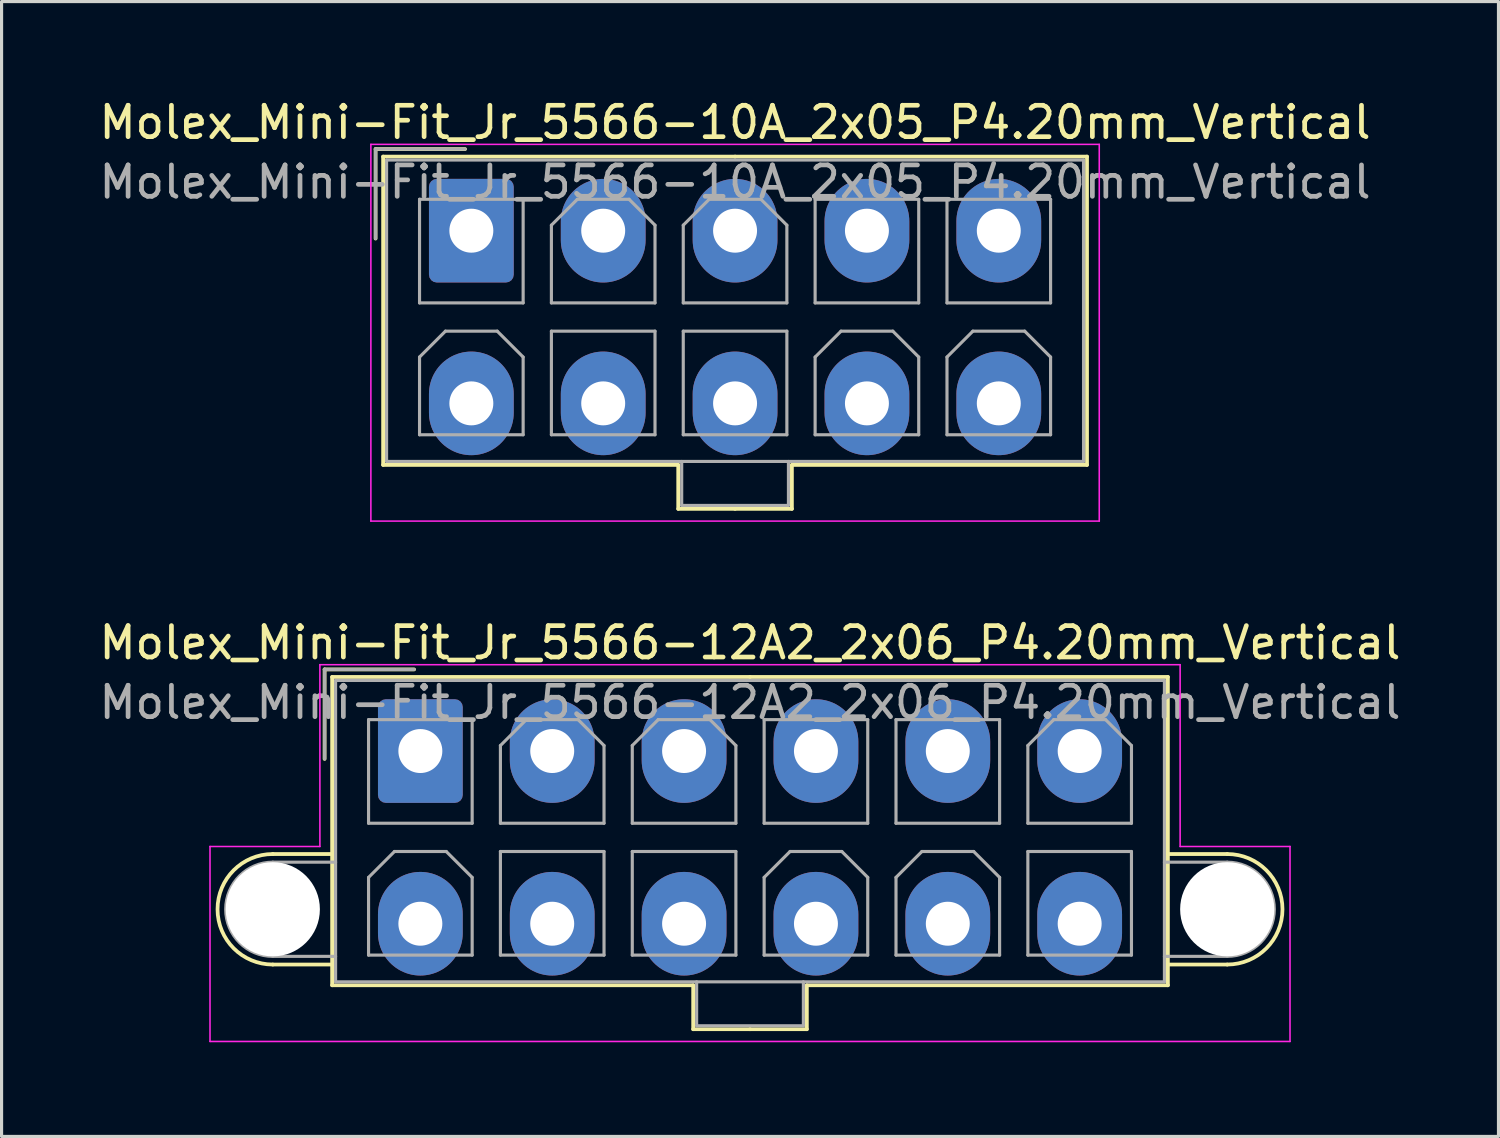
<source format=kicad_pcb>
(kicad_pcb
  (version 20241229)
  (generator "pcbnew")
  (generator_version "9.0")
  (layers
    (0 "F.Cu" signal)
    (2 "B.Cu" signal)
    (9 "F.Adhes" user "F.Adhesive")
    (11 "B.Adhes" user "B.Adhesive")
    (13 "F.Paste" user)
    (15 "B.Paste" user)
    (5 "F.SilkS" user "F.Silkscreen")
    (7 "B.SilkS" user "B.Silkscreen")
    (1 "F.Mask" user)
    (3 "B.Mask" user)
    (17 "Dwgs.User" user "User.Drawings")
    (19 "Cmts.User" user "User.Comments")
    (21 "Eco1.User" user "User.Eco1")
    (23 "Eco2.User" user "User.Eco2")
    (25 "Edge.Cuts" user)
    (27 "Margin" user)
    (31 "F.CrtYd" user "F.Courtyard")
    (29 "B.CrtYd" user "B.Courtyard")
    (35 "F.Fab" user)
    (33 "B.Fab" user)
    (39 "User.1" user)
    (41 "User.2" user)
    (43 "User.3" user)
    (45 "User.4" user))
  (footprint "Molex_Mini-Fit_Jr_5566-12A2_2x06_P4.20mm_Vertical"
    (layer "F.Cu")
    (at 10.339 20.872)
    (property "Reference" "Molex_Mini-Fit_Jr_5566-12A2_2x06_P4.20mm_Vertical" (at 10.5 -3.45 0) (layer "F.SilkS") (effects (font (size 1 1) (thickness 0.15))))
    (attr through_hole)
    (fp_line (start -4.7 3.28) (end -2.81 3.28) (stroke (width 0.12) (type solid)) (layer "F.SilkS"))
    (fp_line (start -4.7 6.8) (end -2.81 6.8) (stroke (width 0.12) (type solid)) (layer "F.SilkS"))
    (fp_line (start -3.05 -2.6) (end -3.05 0.25) (stroke (width 0.12) (type solid)) (layer "F.SilkS"))
    (fp_line (start -2.81 -2.36) (end -2.81 7.46) (stroke (width 0.12) (type solid)) (layer "F.SilkS"))
    (fp_line (start -2.81 7.46) (end 8.69 7.46) (stroke (width 0.12) (type solid)) (layer "F.SilkS"))
    (fp_line (start -0.2 -2.6) (end -3.05 -2.6) (stroke (width 0.12) (type solid)) (layer "F.SilkS"))
    (fp_line (start 8.69 7.46) (end 8.69 8.86) (stroke (width 0.12) (type solid)) (layer "F.SilkS"))
    (fp_line (start 8.69 8.86) (end 10.5 8.86) (stroke (width 0.12) (type solid)) (layer "F.SilkS"))
    (fp_line (start 10.5 -2.36) (end -2.81 -2.36) (stroke (width 0.12) (type solid)) (layer "F.SilkS"))
    (fp_line (start 10.5 -2.36) (end 23.81 -2.36) (stroke (width 0.12) (type solid)) (layer "F.SilkS"))
    (fp_line (start 12.31 7.46) (end 12.31 8.86) (stroke (width 0.12) (type solid)) (layer "F.SilkS"))
    (fp_line (start 12.31 8.86) (end 10.5 8.86) (stroke (width 0.12) (type solid)) (layer "F.SilkS"))
    (fp_line (start 23.81 -2.36) (end 23.81 7.46) (stroke (width 0.12) (type solid)) (layer "F.SilkS"))
    (fp_line (start 23.81 7.46) (end 12.31 7.46) (stroke (width 0.12) (type solid)) (layer "F.SilkS"))
    (fp_line (start 25.7 3.28) (end 23.81 3.28) (stroke (width 0.12) (type solid)) (layer "F.SilkS"))
    (fp_line (start 25.7 6.8) (end 23.81 6.8) (stroke (width 0.12) (type solid)) (layer "F.SilkS"))
    (fp_arc (start -4.7 6.8) (mid -6.46 5.04) (end -4.7 3.28) (stroke (width 0.12) (type solid)) (layer "F.SilkS"))
    (fp_arc (start 25.7 3.28) (mid 27.46 5.04) (end 25.7 6.8) (stroke (width 0.12) (type solid)) (layer "F.SilkS"))
    (fp_line (start -6.7 3.04) (end -6.7 9.25) (stroke (width 0.05) (type solid)) (layer "F.CrtYd"))
    (fp_line (start -6.7 9.25) (end 27.7 9.25) (stroke (width 0.05) (type solid)) (layer "F.CrtYd"))
    (fp_line (start -3.2 -2.75) (end -3.2 3.04) (stroke (width 0.05) (type solid)) (layer "F.CrtYd"))
    (fp_line (start -3.2 3.04) (end -6.7 3.04) (stroke (width 0.05) (type solid)) (layer "F.CrtYd"))
    (fp_line (start 24.2 -2.75) (end -3.2 -2.75) (stroke (width 0.05) (type solid)) (layer "F.CrtYd"))
    (fp_line (start 24.2 3.04) (end 24.2 -2.75) (stroke (width 0.05) (type solid)) (layer "F.CrtYd"))
    (fp_line (start 27.7 3.04) (end 24.2 3.04) (stroke (width 0.05) (type solid)) (layer "F.CrtYd"))
    (fp_line (start 27.7 9.25) (end 27.7 3.04) (stroke (width 0.05) (type solid)) (layer "F.CrtYd"))
    (fp_line (start -4.7 3.54) (end -2.7 3.54) (stroke (width 0.1) (type solid)) (layer "F.Fab"))
    (fp_line (start -4.7 6.54) (end -2.7 6.54) (stroke (width 0.1) (type solid)) (layer "F.Fab"))
    (fp_line (start -3.05 -2.6) (end -3.05 0.25) (stroke (width 0.1) (type solid)) (layer "F.Fab"))
    (fp_line (start -2.7 -2.25) (end -2.7 7.35) (stroke (width 0.1) (type solid)) (layer "F.Fab"))
    (fp_line (start -2.7 7.35) (end 23.7 7.35) (stroke (width 0.1) (type solid)) (layer "F.Fab"))
    (fp_line (start -1.65 -1) (end -1.65 2.3) (stroke (width 0.1) (type solid)) (layer "F.Fab"))
    (fp_line (start -1.65 2.3) (end 1.65 2.3) (stroke (width 0.1) (type solid)) (layer "F.Fab"))
    (fp_line (start -1.65 4.025) (end -0.825 3.2) (stroke (width 0.1) (type solid)) (layer "F.Fab"))
    (fp_line (start -1.65 6.5) (end -1.65 4.025) (stroke (width 0.1) (type solid)) (layer "F.Fab"))
    (fp_line (start -0.825 3.2) (end 0.825 3.2) (stroke (width 0.1) (type solid)) (layer "F.Fab"))
    (fp_line (start -0.2 -2.6) (end -3.05 -2.6) (stroke (width 0.1) (type solid)) (layer "F.Fab"))
    (fp_line (start 0.825 3.2) (end 1.65 4.025) (stroke (width 0.1) (type solid)) (layer "F.Fab"))
    (fp_line (start 1.65 -1) (end -1.65 -1) (stroke (width 0.1) (type solid)) (layer "F.Fab"))
    (fp_line (start 1.65 2.3) (end 1.65 -1) (stroke (width 0.1) (type solid)) (layer "F.Fab"))
    (fp_line (start 1.65 4.025) (end 1.65 6.5) (stroke (width 0.1) (type solid)) (layer "F.Fab"))
    (fp_line (start 1.65 6.5) (end -1.65 6.5) (stroke (width 0.1) (type solid)) (layer "F.Fab"))
    (fp_line (start 2.55 -0.175) (end 3.375 -1) (stroke (width 0.1) (type solid)) (layer "F.Fab"))
    (fp_line (start 2.55 2.3) (end 2.55 -0.175) (stroke (width 0.1) (type solid)) (layer "F.Fab"))
    (fp_line (start 2.55 3.2) (end 2.55 6.5) (stroke (width 0.1) (type solid)) (layer "F.Fab"))
    (fp_line (start 2.55 6.5) (end 5.85 6.5) (stroke (width 0.1) (type solid)) (layer "F.Fab"))
    (fp_line (start 3.375 -1) (end 5.025 -1) (stroke (width 0.1) (type solid)) (layer "F.Fab"))
    (fp_line (start 5.025 -1) (end 5.85 -0.175) (stroke (width 0.1) (type solid)) (layer "F.Fab"))
    (fp_line (start 5.85 -0.175) (end 5.85 2.3) (stroke (width 0.1) (type solid)) (layer "F.Fab"))
    (fp_line (start 5.85 2.3) (end 2.55 2.3) (stroke (width 0.1) (type solid)) (layer "F.Fab"))
    (fp_line (start 5.85 3.2) (end 2.55 3.2) (stroke (width 0.1) (type solid)) (layer "F.Fab"))
    (fp_line (start 5.85 6.5) (end 5.85 3.2) (stroke (width 0.1) (type solid)) (layer "F.Fab"))
    (fp_line (start 6.75 -0.175) (end 7.575 -1) (stroke (width 0.1) (type solid)) (layer "F.Fab"))
    (fp_line (start 6.75 2.3) (end 6.75 -0.175) (stroke (width 0.1) (type solid)) (layer "F.Fab"))
    (fp_line (start 6.75 3.2) (end 6.75 6.5) (stroke (width 0.1) (type solid)) (layer "F.Fab"))
    (fp_line (start 6.75 6.5) (end 10.05 6.5) (stroke (width 0.1) (type solid)) (layer "F.Fab"))
    (fp_line (start 7.575 -1) (end 9.225 -1) (stroke (width 0.1) (type solid)) (layer "F.Fab"))
    (fp_line (start 8.8 7.35) (end 8.8 8.75) (stroke (width 0.1) (type solid)) (layer "F.Fab"))
    (fp_line (start 8.8 8.75) (end 12.2 8.75) (stroke (width 0.1) (type solid)) (layer "F.Fab"))
    (fp_line (start 9.225 -1) (end 10.05 -0.175) (stroke (width 0.1) (type solid)) (layer "F.Fab"))
    (fp_line (start 10.05 -0.175) (end 10.05 2.3) (stroke (width 0.1) (type solid)) (layer "F.Fab"))
    (fp_line (start 10.05 2.3) (end 6.75 2.3) (stroke (width 0.1) (type solid)) (layer "F.Fab"))
    (fp_line (start 10.05 3.2) (end 6.75 3.2) (stroke (width 0.1) (type solid)) (layer "F.Fab"))
    (fp_line (start 10.05 6.5) (end 10.05 3.2) (stroke (width 0.1) (type solid)) (layer "F.Fab"))
    (fp_line (start 10.95 -1) (end 10.95 2.3) (stroke (width 0.1) (type solid)) (layer "F.Fab"))
    (fp_line (start 10.95 2.3) (end 14.25 2.3) (stroke (width 0.1) (type solid)) (layer "F.Fab"))
    (fp_line (start 10.95 4.025) (end 11.775 3.2) (stroke (width 0.1) (type solid)) (layer "F.Fab"))
    (fp_line (start 10.95 6.5) (end 10.95 4.025) (stroke (width 0.1) (type solid)) (layer "F.Fab"))
    (fp_line (start 11.775 3.2) (end 13.425 3.2) (stroke (width 0.1) (type solid)) (layer "F.Fab"))
    (fp_line (start 12.2 8.75) (end 12.2 7.35) (stroke (width 0.1) (type solid)) (layer "F.Fab"))
    (fp_line (start 13.425 3.2) (end 14.25 4.025) (stroke (width 0.1) (type solid)) (layer "F.Fab"))
    (fp_line (start 14.25 -1) (end 10.95 -1) (stroke (width 0.1) (type solid)) (layer "F.Fab"))
    (fp_line (start 14.25 2.3) (end 14.25 -1) (stroke (width 0.1) (type solid)) (layer "F.Fab"))
    (fp_line (start 14.25 4.025) (end 14.25 6.5) (stroke (width 0.1) (type solid)) (layer "F.Fab"))
    (fp_line (start 14.25 6.5) (end 10.95 6.5) (stroke (width 0.1) (type solid)) (layer "F.Fab"))
    (fp_line (start 15.15 -1) (end 15.15 2.3) (stroke (width 0.1) (type solid)) (layer "F.Fab"))
    (fp_line (start 15.15 2.3) (end 18.45 2.3) (stroke (width 0.1) (type solid)) (layer "F.Fab"))
    (fp_line (start 15.15 4.025) (end 15.975 3.2) (stroke (width 0.1) (type solid)) (layer "F.Fab"))
    (fp_line (start 15.15 6.5) (end 15.15 4.025) (stroke (width 0.1) (type solid)) (layer "F.Fab"))
    (fp_line (start 15.975 3.2) (end 17.625 3.2) (stroke (width 0.1) (type solid)) (layer "F.Fab"))
    (fp_line (start 17.625 3.2) (end 18.45 4.025) (stroke (width 0.1) (type solid)) (layer "F.Fab"))
    (fp_line (start 18.45 -1) (end 15.15 -1) (stroke (width 0.1) (type solid)) (layer "F.Fab"))
    (fp_line (start 18.45 2.3) (end 18.45 -1) (stroke (width 0.1) (type solid)) (layer "F.Fab"))
    (fp_line (start 18.45 4.025) (end 18.45 6.5) (stroke (width 0.1) (type solid)) (layer "F.Fab"))
    (fp_line (start 18.45 6.5) (end 15.15 6.5) (stroke (width 0.1) (type solid)) (layer "F.Fab"))
    (fp_line (start 19.35 -0.175) (end 20.175 -1) (stroke (width 0.1) (type solid)) (layer "F.Fab"))
    (fp_line (start 19.35 2.3) (end 19.35 -0.175) (stroke (width 0.1) (type solid)) (layer "F.Fab"))
    (fp_line (start 19.35 3.2) (end 19.35 6.5) (stroke (width 0.1) (type solid)) (layer "F.Fab"))
    (fp_line (start 19.35 6.5) (end 22.65 6.5) (stroke (width 0.1) (type solid)) (layer "F.Fab"))
    (fp_line (start 20.175 -1) (end 21.825 -1) (stroke (width 0.1) (type solid)) (layer "F.Fab"))
    (fp_line (start 21.825 -1) (end 22.65 -0.175) (stroke (width 0.1) (type solid)) (layer "F.Fab"))
    (fp_line (start 22.65 -0.175) (end 22.65 2.3) (stroke (width 0.1) (type solid)) (layer "F.Fab"))
    (fp_line (start 22.65 2.3) (end 19.35 2.3) (stroke (width 0.1) (type solid)) (layer "F.Fab"))
    (fp_line (start 22.65 3.2) (end 19.35 3.2) (stroke (width 0.1) (type solid)) (layer "F.Fab"))
    (fp_line (start 22.65 6.5) (end 22.65 3.2) (stroke (width 0.1) (type solid)) (layer "F.Fab"))
    (fp_line (start 23.7 -2.25) (end -2.7 -2.25) (stroke (width 0.1) (type solid)) (layer "F.Fab"))
    (fp_line (start 23.7 7.35) (end 23.7 -2.25) (stroke (width 0.1) (type solid)) (layer "F.Fab"))
    (fp_line (start 25.7 3.54) (end 23.7 3.54) (stroke (width 0.1) (type solid)) (layer "F.Fab"))
    (fp_line (start 25.7 6.54) (end 23.7 6.54) (stroke (width 0.1) (type solid)) (layer "F.Fab"))
    (fp_arc (start -4.7 6.54) (mid -6.2 5.04) (end -4.7 3.54) (stroke (width 0.1) (type solid)) (layer "F.Fab"))
    (fp_arc (start 25.7 3.54) (mid 27.2 5.04) (end 25.7 6.54) (stroke (width 0.1) (type solid)) (layer "F.Fab"))
    (fp_text user "${REFERENCE}" (at 10.5 -1.55 0) (layer "F.Fab") (effects (font (size 1 1) (thickness 0.15))))
    (pad "" np_thru_hole circle (at -4.7 5.04) (size 3 3) (drill 3) (layers "*.Cu" "*.Mask"))
    (pad "" np_thru_hole circle (at 25.7 5.04) (size 3 3) (drill 3) (layers "*.Cu" "*.Mask"))
    (pad "1" thru_hole roundrect (at 0 0) (size 2.7 3.3) (drill 1.4) (layers "*.Cu" "*.Mask") (roundrect_rratio 0.093))
    (pad "2" thru_hole oval (at 4.2 0) (size 2.7 3.3) (drill 1.4) (layers "*.Cu" "*.Mask"))
    (pad "3" thru_hole oval (at 8.4 0) (size 2.7 3.3) (drill 1.4) (layers "*.Cu" "*.Mask"))
    (pad "4" thru_hole oval (at 12.6 0) (size 2.7 3.3) (drill 1.4) (layers "*.Cu" "*.Mask"))
    (pad "5" thru_hole oval (at 16.8 0) (size 2.7 3.3) (drill 1.4) (layers "*.Cu" "*.Mask"))
    (pad "6" thru_hole oval (at 21 0) (size 2.7 3.3) (drill 1.4) (layers "*.Cu" "*.Mask"))
    (pad "7" thru_hole oval (at 0 5.5) (size 2.7 3.3) (drill 1.4) (layers "*.Cu" "*.Mask"))
    (pad "8" thru_hole oval (at 4.2 5.5) (size 2.7 3.3) (drill 1.4) (layers "*.Cu" "*.Mask"))
    (pad "9" thru_hole oval (at 8.4 5.5) (size 2.7 3.3) (drill 1.4) (layers "*.Cu" "*.Mask"))
    (pad "10" thru_hole oval (at 12.6 5.5) (size 2.7 3.3) (drill 1.4) (layers "*.Cu" "*.Mask"))
    (pad "11" thru_hole oval (at 16.8 5.5) (size 2.7 3.3) (drill 1.4) (layers "*.Cu" "*.Mask"))
    (pad "12" thru_hole oval (at 21 5.5) (size 2.7 3.3) (drill 1.4) (layers "*.Cu" "*.Mask")))
  (footprint "Molex_Mini-Fit_Jr_5566-10A_2x05_P4.20mm_Vertical"
    (layer "F.Cu")
    (at 11.963 4.298)
    (property "Reference" "Molex_Mini-Fit_Jr_5566-10A_2x05_P4.20mm_Vertical" (at 8.4 -3.45 0) (layer "F.SilkS") (effects (font (size 1 1) (thickness 0.15))))
    (attr through_hole)
    (fp_line (start -3.05 -2.6) (end -3.05 0.25) (stroke (width 0.12) (type solid)) (layer "F.SilkS"))
    (fp_line (start -2.81 -2.36) (end -2.81 7.46) (stroke (width 0.12) (type solid)) (layer "F.SilkS"))
    (fp_line (start -2.81 7.46) (end 6.59 7.46) (stroke (width 0.12) (type solid)) (layer "F.SilkS"))
    (fp_line (start -0.2 -2.6) (end -3.05 -2.6) (stroke (width 0.12) (type solid)) (layer "F.SilkS"))
    (fp_line (start 6.59 7.46) (end 6.59 8.86) (stroke (width 0.12) (type solid)) (layer "F.SilkS"))
    (fp_line (start 6.59 8.86) (end 8.4 8.86) (stroke (width 0.12) (type solid)) (layer "F.SilkS"))
    (fp_line (start 8.4 -2.36) (end -2.81 -2.36) (stroke (width 0.12) (type solid)) (layer "F.SilkS"))
    (fp_line (start 8.4 -2.36) (end 19.61 -2.36) (stroke (width 0.12) (type solid)) (layer "F.SilkS"))
    (fp_line (start 10.21 7.46) (end 10.21 8.86) (stroke (width 0.12) (type solid)) (layer "F.SilkS"))
    (fp_line (start 10.21 8.86) (end 8.4 8.86) (stroke (width 0.12) (type solid)) (layer "F.SilkS"))
    (fp_line (start 19.61 -2.36) (end 19.61 7.46) (stroke (width 0.12) (type solid)) (layer "F.SilkS"))
    (fp_line (start 19.61 7.46) (end 10.21 7.46) (stroke (width 0.12) (type solid)) (layer "F.SilkS"))
    (fp_line (start -3.2 -2.75) (end -3.2 9.25) (stroke (width 0.05) (type solid)) (layer "F.CrtYd"))
    (fp_line (start -3.2 9.25) (end 20 9.25) (stroke (width 0.05) (type solid)) (layer "F.CrtYd"))
    (fp_line (start 20 -2.75) (end -3.2 -2.75) (stroke (width 0.05) (type solid)) (layer "F.CrtYd"))
    (fp_line (start 20 9.25) (end 20 -2.75) (stroke (width 0.05) (type solid)) (layer "F.CrtYd"))
    (fp_line (start -3.05 -2.6) (end -3.05 0.25) (stroke (width 0.1) (type solid)) (layer "F.Fab"))
    (fp_line (start -2.7 -2.25) (end -2.7 7.35) (stroke (width 0.1) (type solid)) (layer "F.Fab"))
    (fp_line (start -2.7 7.35) (end 19.5 7.35) (stroke (width 0.1) (type solid)) (layer "F.Fab"))
    (fp_line (start -1.65 -1) (end -1.65 2.3) (stroke (width 0.1) (type solid)) (layer "F.Fab"))
    (fp_line (start -1.65 2.3) (end 1.65 2.3) (stroke (width 0.1) (type solid)) (layer "F.Fab"))
    (fp_line (start -1.65 4.025) (end -0.825 3.2) (stroke (width 0.1) (type solid)) (layer "F.Fab"))
    (fp_line (start -1.65 6.5) (end -1.65 4.025) (stroke (width 0.1) (type solid)) (layer "F.Fab"))
    (fp_line (start -0.825 3.2) (end 0.825 3.2) (stroke (width 0.1) (type solid)) (layer "F.Fab"))
    (fp_line (start -0.2 -2.6) (end -3.05 -2.6) (stroke (width 0.1) (type solid)) (layer "F.Fab"))
    (fp_line (start 0.825 3.2) (end 1.65 4.025) (stroke (width 0.1) (type solid)) (layer "F.Fab"))
    (fp_line (start 1.65 -1) (end -1.65 -1) (stroke (width 0.1) (type solid)) (layer "F.Fab"))
    (fp_line (start 1.65 2.3) (end 1.65 -1) (stroke (width 0.1) (type solid)) (layer "F.Fab"))
    (fp_line (start 1.65 4.025) (end 1.65 6.5) (stroke (width 0.1) (type solid)) (layer "F.Fab"))
    (fp_line (start 1.65 6.5) (end -1.65 6.5) (stroke (width 0.1) (type solid)) (layer "F.Fab"))
    (fp_line (start 2.55 -0.175) (end 3.375 -1) (stroke (width 0.1) (type solid)) (layer "F.Fab"))
    (fp_line (start 2.55 2.3) (end 2.55 -0.175) (stroke (width 0.1) (type solid)) (layer "F.Fab"))
    (fp_line (start 2.55 3.2) (end 2.55 6.5) (stroke (width 0.1) (type solid)) (layer "F.Fab"))
    (fp_line (start 2.55 6.5) (end 5.85 6.5) (stroke (width 0.1) (type solid)) (layer "F.Fab"))
    (fp_line (start 3.375 -1) (end 5.025 -1) (stroke (width 0.1) (type solid)) (layer "F.Fab"))
    (fp_line (start 5.025 -1) (end 5.85 -0.175) (stroke (width 0.1) (type solid)) (layer "F.Fab"))
    (fp_line (start 5.85 -0.175) (end 5.85 2.3) (stroke (width 0.1) (type solid)) (layer "F.Fab"))
    (fp_line (start 5.85 2.3) (end 2.55 2.3) (stroke (width 0.1) (type solid)) (layer "F.Fab"))
    (fp_line (start 5.85 3.2) (end 2.55 3.2) (stroke (width 0.1) (type solid)) (layer "F.Fab"))
    (fp_line (start 5.85 6.5) (end 5.85 3.2) (stroke (width 0.1) (type solid)) (layer "F.Fab"))
    (fp_line (start 6.7 7.35) (end 6.7 8.75) (stroke (width 0.1) (type solid)) (layer "F.Fab"))
    (fp_line (start 6.7 8.75) (end 10.1 8.75) (stroke (width 0.1) (type solid)) (layer "F.Fab"))
    (fp_line (start 6.75 -0.175) (end 7.575 -1) (stroke (width 0.1) (type solid)) (layer "F.Fab"))
    (fp_line (start 6.75 2.3) (end 6.75 -0.175) (stroke (width 0.1) (type solid)) (layer "F.Fab"))
    (fp_line (start 6.75 3.2) (end 6.75 6.5) (stroke (width 0.1) (type solid)) (layer "F.Fab"))
    (fp_line (start 6.75 6.5) (end 10.05 6.5) (stroke (width 0.1) (type solid)) (layer "F.Fab"))
    (fp_line (start 7.575 -1) (end 9.225 -1) (stroke (width 0.1) (type solid)) (layer "F.Fab"))
    (fp_line (start 9.225 -1) (end 10.05 -0.175) (stroke (width 0.1) (type solid)) (layer "F.Fab"))
    (fp_line (start 10.05 -0.175) (end 10.05 2.3) (stroke (width 0.1) (type solid)) (layer "F.Fab"))
    (fp_line (start 10.05 2.3) (end 6.75 2.3) (stroke (width 0.1) (type solid)) (layer "F.Fab"))
    (fp_line (start 10.05 3.2) (end 6.75 3.2) (stroke (width 0.1) (type solid)) (layer "F.Fab"))
    (fp_line (start 10.05 6.5) (end 10.05 3.2) (stroke (width 0.1) (type solid)) (layer "F.Fab"))
    (fp_line (start 10.1 8.75) (end 10.1 7.35) (stroke (width 0.1) (type solid)) (layer "F.Fab"))
    (fp_line (start 10.95 -1) (end 10.95 2.3) (stroke (width 0.1) (type solid)) (layer "F.Fab"))
    (fp_line (start 10.95 2.3) (end 14.25 2.3) (stroke (width 0.1) (type solid)) (layer "F.Fab"))
    (fp_line (start 10.95 4.025) (end 11.775 3.2) (stroke (width 0.1) (type solid)) (layer "F.Fab"))
    (fp_line (start 10.95 6.5) (end 10.95 4.025) (stroke (width 0.1) (type solid)) (layer "F.Fab"))
    (fp_line (start 11.775 3.2) (end 13.425 3.2) (stroke (width 0.1) (type solid)) (layer "F.Fab"))
    (fp_line (start 13.425 3.2) (end 14.25 4.025) (stroke (width 0.1) (type solid)) (layer "F.Fab"))
    (fp_line (start 14.25 -1) (end 10.95 -1) (stroke (width 0.1) (type solid)) (layer "F.Fab"))
    (fp_line (start 14.25 2.3) (end 14.25 -1) (stroke (width 0.1) (type solid)) (layer "F.Fab"))
    (fp_line (start 14.25 4.025) (end 14.25 6.5) (stroke (width 0.1) (type solid)) (layer "F.Fab"))
    (fp_line (start 14.25 6.5) (end 10.95 6.5) (stroke (width 0.1) (type solid)) (layer "F.Fab"))
    (fp_line (start 15.15 -1) (end 15.15 2.3) (stroke (width 0.1) (type solid)) (layer "F.Fab"))
    (fp_line (start 15.15 2.3) (end 18.45 2.3) (stroke (width 0.1) (type solid)) (layer "F.Fab"))
    (fp_line (start 15.15 4.025) (end 15.975 3.2) (stroke (width 0.1) (type solid)) (layer "F.Fab"))
    (fp_line (start 15.15 6.5) (end 15.15 4.025) (stroke (width 0.1) (type solid)) (layer "F.Fab"))
    (fp_line (start 15.975 3.2) (end 17.625 3.2) (stroke (width 0.1) (type solid)) (layer "F.Fab"))
    (fp_line (start 17.625 3.2) (end 18.45 4.025) (stroke (width 0.1) (type solid)) (layer "F.Fab"))
    (fp_line (start 18.45 -1) (end 15.15 -1) (stroke (width 0.1) (type solid)) (layer "F.Fab"))
    (fp_line (start 18.45 2.3) (end 18.45 -1) (stroke (width 0.1) (type solid)) (layer "F.Fab"))
    (fp_line (start 18.45 4.025) (end 18.45 6.5) (stroke (width 0.1) (type solid)) (layer "F.Fab"))
    (fp_line (start 18.45 6.5) (end 15.15 6.5) (stroke (width 0.1) (type solid)) (layer "F.Fab"))
    (fp_line (start 19.5 -2.25) (end -2.7 -2.25) (stroke (width 0.1) (type solid)) (layer "F.Fab"))
    (fp_line (start 19.5 7.35) (end 19.5 -2.25) (stroke (width 0.1) (type solid)) (layer "F.Fab"))
    (fp_text user "${REFERENCE}" (at 8.4 -1.55 0) (layer "F.Fab") (effects (font (size 1 1) (thickness 0.15))))
    (pad "1" thru_hole roundrect (at 0 0) (size 2.7 3.3) (drill 1.4) (layers "*.Cu" "*.Mask") (roundrect_rratio 0.093))
    (pad "2" thru_hole oval (at 4.2 0) (size 2.7 3.3) (drill 1.4) (layers "*.Cu" "*.Mask"))
    (pad "3" thru_hole oval (at 8.4 0) (size 2.7 3.3) (drill 1.4) (layers "*.Cu" "*.Mask"))
    (pad "4" thru_hole oval (at 12.6 0) (size 2.7 3.3) (drill 1.4) (layers "*.Cu" "*.Mask"))
    (pad "5" thru_hole oval (at 16.8 0) (size 2.7 3.3) (drill 1.4) (layers "*.Cu" "*.Mask"))
    (pad "6" thru_hole oval (at 0 5.5) (size 2.7 3.3) (drill 1.4) (layers "*.Cu" "*.Mask"))
    (pad "7" thru_hole oval (at 4.2 5.5) (size 2.7 3.3) (drill 1.4) (layers "*.Cu" "*.Mask"))
    (pad "8" thru_hole oval (at 8.4 5.5) (size 2.7 3.3) (drill 1.4) (layers "*.Cu" "*.Mask"))
    (pad "9" thru_hole oval (at 12.6 5.5) (size 2.7 3.3) (drill 1.4) (layers "*.Cu" "*.Mask"))
    (pad "10" thru_hole oval (at 16.8 5.5) (size 2.7 3.3) (drill 1.4) (layers "*.Cu" "*.Mask")))
  (gr_rect
    (start -3 -3)
    (end 44.679 33.147)
    (stroke (width 0.1) (type default))
    (fill no)
    (layer "Edge.Cuts")))
</source>
